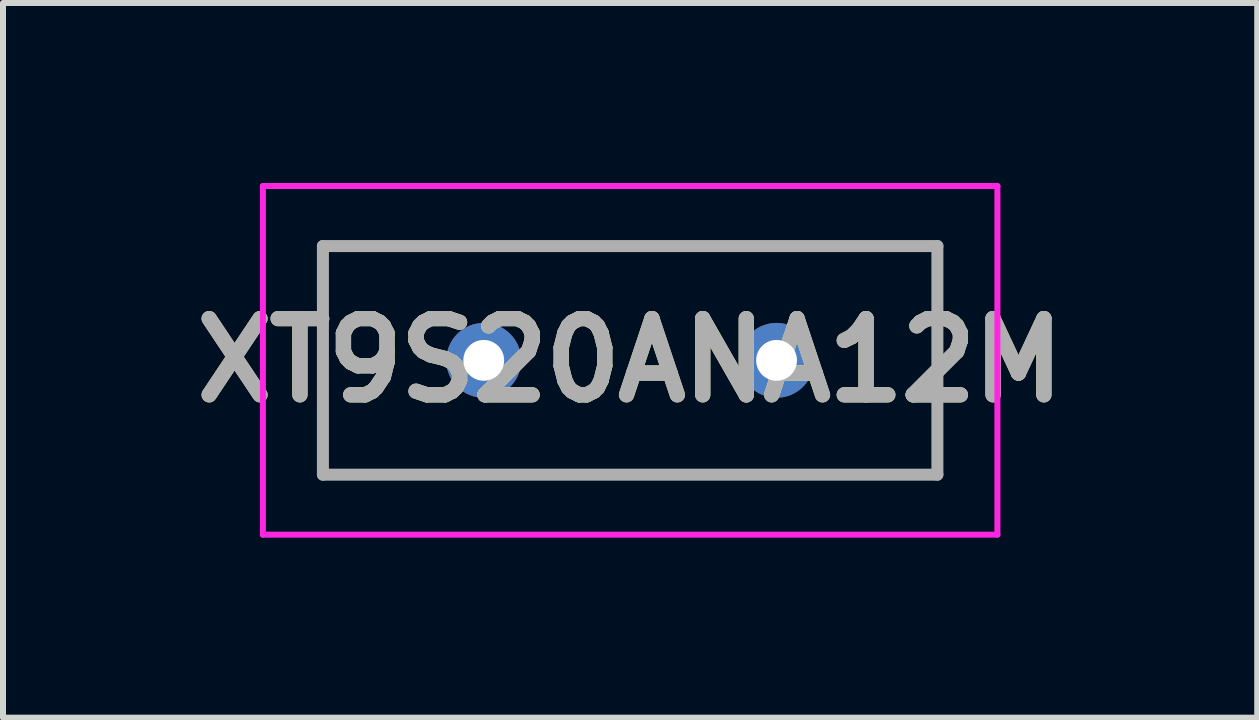
<source format=kicad_pcb>
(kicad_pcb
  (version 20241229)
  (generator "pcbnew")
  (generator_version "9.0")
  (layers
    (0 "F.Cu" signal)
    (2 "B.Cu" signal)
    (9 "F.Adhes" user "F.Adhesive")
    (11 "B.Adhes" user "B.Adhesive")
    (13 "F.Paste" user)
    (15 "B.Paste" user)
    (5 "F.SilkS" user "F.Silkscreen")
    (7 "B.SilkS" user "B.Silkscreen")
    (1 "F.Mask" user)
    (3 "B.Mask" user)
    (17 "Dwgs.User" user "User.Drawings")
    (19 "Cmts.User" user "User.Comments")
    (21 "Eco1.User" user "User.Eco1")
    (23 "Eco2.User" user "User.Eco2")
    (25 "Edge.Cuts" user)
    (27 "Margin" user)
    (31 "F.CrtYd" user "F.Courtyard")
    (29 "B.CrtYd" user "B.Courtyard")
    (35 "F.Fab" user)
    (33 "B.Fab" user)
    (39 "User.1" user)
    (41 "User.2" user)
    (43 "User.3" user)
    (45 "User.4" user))
  (footprint "XT9S20ANA12M"
    (layer "F.Cu")
    (at 5.011 2.955)
    (property "Reference" "XT9S20ANA12M" (at 2.44 0 0) (layer "F.SilkS") (effects (font (size 1.27 1.27) (thickness 0.254))))
    (attr through_hole)
    (fp_line (start -2.68 -1.905) (end 7.56 -1.905) (stroke (width 0.1) (type solid)) (layer "F.SilkS"))
    (fp_line (start -2.68 1.905) (end -2.68 -1.905) (stroke (width 0.1) (type solid)) (layer "F.SilkS"))
    (fp_line (start 7.56 -1.905) (end 7.56 1.905) (stroke (width 0.1) (type solid)) (layer "F.SilkS"))
    (fp_line (start 7.56 1.905) (end -2.68 1.905) (stroke (width 0.1) (type solid)) (layer "F.SilkS"))
    (fp_line (start -3.68 -2.905) (end 8.56 -2.905) (stroke (width 0.1) (type solid)) (layer "F.CrtYd"))
    (fp_line (start -3.68 2.905) (end -3.68 -2.905) (stroke (width 0.1) (type solid)) (layer "F.CrtYd"))
    (fp_line (start 8.56 -2.905) (end 8.56 2.905) (stroke (width 0.1) (type solid)) (layer "F.CrtYd"))
    (fp_line (start 8.56 2.905) (end -3.68 2.905) (stroke (width 0.1) (type solid)) (layer "F.CrtYd"))
    (fp_line (start -2.68 -1.905) (end 7.56 -1.905) (stroke (width 0.2) (type solid)) (layer "F.Fab"))
    (fp_line (start -2.68 1.905) (end -2.68 -1.905) (stroke (width 0.2) (type solid)) (layer "F.Fab"))
    (fp_line (start 7.56 -1.905) (end 7.56 1.905) (stroke (width 0.2) (type solid)) (layer "F.Fab"))
    (fp_line (start 7.56 1.905) (end -2.68 1.905) (stroke (width 0.2) (type solid)) (layer "F.Fab"))
    (fp_text user "${REFERENCE}" (at 2.44 0 0) (layer "F.Fab") (effects (font (size 1.27 1.27) (thickness 0.254))))
    (pad "1" thru_hole circle (at 0 0) (size 1.247 1.247) (drill 0.68) (layers "*.Cu" "*.Mask"))
    (pad "2" thru_hole circle (at 4.88 0) (size 1.247 1.247) (drill 0.68) (layers "*.Cu" "*.Mask")))
  (gr_rect
    (start -3 -3)
    (end 17.901 8.91)
    (stroke (width 0.1) (type default))
    (fill no)
    (layer "Edge.Cuts")))
</source>
